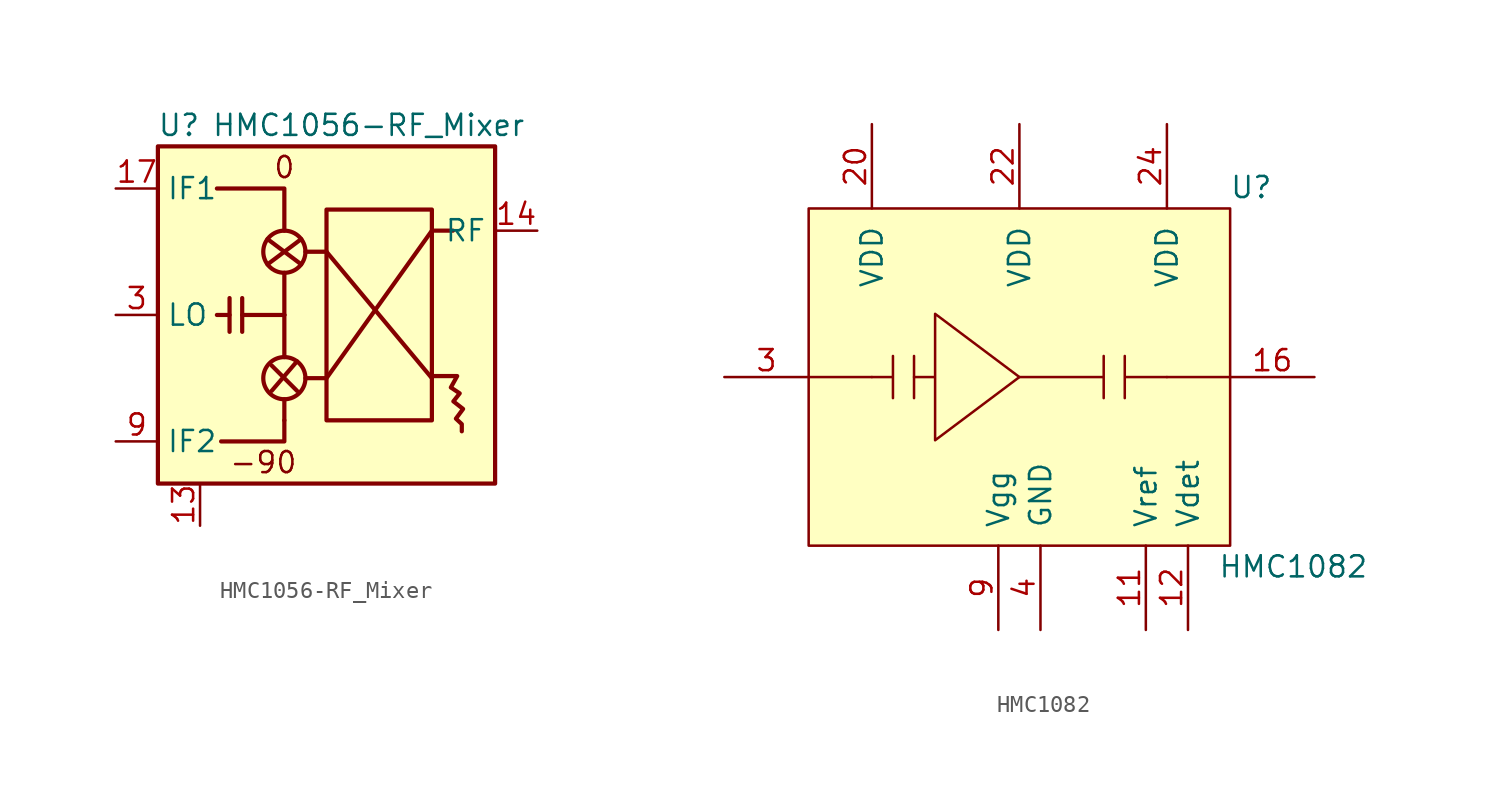
<source format=kicad_sym>
(kicad_symbol_lib
  (version 20211014)
  (generator kicad_symbol_editor)
  (symbol "HMC1056-RF_Mixer"
    (property "Reference" "U"
      (at -6.35 8.89 0)
      (effects (font (size 1.27 1.27))))
    (property "Value" "HMC1056-RF_Mixer"
      (at 5.08 8.89 0)
      (effects (font (size 1.27 1.27))))
    (symbol "HMC1056-RF_Mixer_0_0"
      (text "-90" (at -1.27 -11.43 0) (effects (font (size 1.27 1.27))))
      (text "0" (at 0 6.35 0) (effects (font (size 1.27 1.27)))))
    (symbol "HMC1056-RF_Mixer_0_1"
      (rectangle (start -7.62 7.62) (end 12.7 -12.7) (stroke (width 0.254) (type default) (color 0 0 0 0)) (fill (type background)))
      (circle (center 0 -6.35) (radius 1.27) (stroke (width 0.254) (type default) (color 0 0 0 0)) (fill (type none)))
      (polyline (pts (xy -3.302 -2.54) (xy -4.064 -2.54)) (stroke (width 0.254) (type default) (color 0 0 0 0)) (fill (type none)))
      (polyline (pts (xy -3.302 -1.524) (xy -3.302 -3.556)) (stroke (width 0.254) (type default) (color 0 0 0 0)) (fill (type none)))
      (polyline (pts (xy -2.54 -1.524) (xy -2.54 -3.556)) (stroke (width 0.254) (type default) (color 0 0 0 0)) (fill (type none)))
      (polyline (pts (xy -1.016 0.508) (xy 1.016 2.032)) (stroke (width 0.254) (type default) (color 0 0 0 0)) (fill (type none)))
      (polyline (pts (xy -1.016 2.032) (xy 1.016 0.508)) (stroke (width 0.254) (type default) (color 0 0 0 0)) (fill (type none)))
      (polyline (pts (xy -0.762 -7.112) (xy 0.762 -5.334)) (stroke (width 0.254) (type default) (color 0 0 0 0)) (fill (type none)))
      (polyline (pts (xy -0.762 -5.588) (xy 0.762 -7.112)) (stroke (width 0.254) (type default) (color 0 0 0 0)) (fill (type none)))
      (polyline (pts (xy 0 -8.89) (xy 0 -7.62)) (stroke (width 0.254) (type default) (color 0 0 0 0)) (fill (type none)))
      (polyline (pts (xy 0 -2.54) (xy -2.54 -2.54)) (stroke (width 0.254) (type default) (color 0 0 0 0)) (fill (type none)))
      (polyline (pts (xy 0 -2.54) (xy 0 -5.08)) (stroke (width 0.254) (type default) (color 0 0 0 0)) (fill (type none)))
      (polyline (pts (xy 0 0) (xy 0 -2.54)) (stroke (width 0.254) (type default) (color 0 0 0 0)) (fill (type none)))
      (polyline (pts (xy 1.27 1.27) (xy 2.54 1.27)) (stroke (width 0.254) (type default) (color 0 0 0 0)) (fill (type none)))
      (polyline (pts (xy 2.54 1.27) (xy 8.89 -6.35)) (stroke (width 0.254) (type default) (color 0 0 0 0)) (fill (type none)))
      (polyline (pts (xy 0 -8.89) (xy 0 -10.16) (xy -3.81 -10.16)) (stroke (width 0.254) (type default) (color 0 0 0 0)) (fill (type none)))
      (polyline (pts (xy 0 2.54) (xy 0 5.08) (xy -4.064 5.08)) (stroke (width 0.254) (type default) (color 0 0 0 0)) (fill (type none)))
      (polyline (pts (xy 1.27 -6.35) (xy 2.54 -6.35) (xy 8.89 2.54) (xy 10.16 2.54)) (stroke (width 0.254) (type default) (color 0 0 0 0)) (fill (type none)))
      (polyline (pts (xy 8.941 -6.223) (xy 10.414 -6.223) (xy 10.033 -6.909) (xy 10.566 -7.264) (xy 10.185 -7.747) (xy 10.77 -8.204) (xy 10.338 -8.788) (xy 10.693 -9.119) (xy 10.693 -9.55)) (stroke (width 0.254) (type default) (color 0 0 0 0)) (fill (type none)))
      (circle (center 0 1.27) (radius 1.27) (stroke (width 0.254) (type default) (color 0 0 0 0)) (fill (type none)))
      (rectangle (start 2.54 3.81) (end 8.89 -8.89) (stroke (width 0.254) (type default) (color 0 0 0 0)) (fill (type none))))
    (symbol "HMC1056-RF_Mixer_1_1"
      (pin no_connect line (at 1.905 -12.7 90) (length 2.54) hide (name "~" (effects (font (size 1.27 1.27)))) (number "1" (effects (font (size 1.27 1.27)))))
      (pin no_connect line (at 5.08 -12.7 90) (length 2.54) hide (name "~" (effects (font (size 1.27 1.27)))) (number "10" (effects (font (size 1.27 1.27)))))
      (pin no_connect line (at 5.715 -12.7 90) (length 2.54) hide (name "~" (effects (font (size 1.27 1.27)))) (number "11" (effects (font (size 1.27 1.27)))))
      (pin no_connect line (at 6.35 -12.7 90) (length 2.54) hide (name "~" (effects (font (size 1.27 1.27)))) (number "12" (effects (font (size 1.27 1.27)))))
      (pin power_in line (at -5.08 -15.24 90) (length 2.54) (name "~" (effects (font (size 1.27 1.27)))) (number "13" (effects (font (size 1.27 1.27)))))
      (pin passive line (at 15.24 2.54 180) (length 2.54) (name "RF" (effects (font (size 1.27 1.27)))) (number "14" (effects (font (size 1.27 1.27)))))
      (pin passive line (at -5.08 -15.24 90) (length 2.54) hide (name "GND" (effects (font (size 1.27 1.27)))) (number "15" (effects (font (size 1.27 1.27)))))
      (pin no_connect line (at 6.985 -12.7 90) (length 2.54) hide (name "~" (effects (font (size 1.27 1.27)))) (number "16" (effects (font (size 1.27 1.27)))))
      (pin passive line (at -10.16 5.08 0) (length 2.54) (name "IF1" (effects (font (size 1.27 1.27)))) (number "17" (effects (font (size 1.27 1.27)))))
      (pin no_connect line (at 7.62 -12.7 90) (length 2.54) hide (name "~" (effects (font (size 1.27 1.27)))) (number "18" (effects (font (size 1.27 1.27)))))
      (pin no_connect line (at 8.255 -12.7 90) (length 2.54) hide (name "~" (effects (font (size 1.27 1.27)))) (number "19" (effects (font (size 1.27 1.27)))))
      (pin passive line (at -5.08 -15.24 90) (length 2.54) hide (name "GND" (effects (font (size 1.27 1.27)))) (number "2" (effects (font (size 1.27 1.27)))))
      (pin no_connect line (at 8.89 -12.7 90) (length 2.54) hide (name "~" (effects (font (size 1.27 1.27)))) (number "20" (effects (font (size 1.27 1.27)))))
      (pin passive line (at -5.08 -15.24 90) (length 2.54) hide (name "GND" (effects (font (size 1.27 1.27)))) (number "21" (effects (font (size 1.27 1.27)))))
      (pin passive line (at -10.16 -2.54 0) (length 2.54) (name "LO" (effects (font (size 1.27 1.27)))) (number "3" (effects (font (size 1.27 1.27)))))
      (pin passive line (at -5.08 -15.24 90) (length 2.54) hide (name "GND" (effects (font (size 1.27 1.27)))) (number "4" (effects (font (size 1.27 1.27)))))
      (pin no_connect line (at 2.54 -12.7 90) (length 2.54) hide (name "~" (effects (font (size 1.27 1.27)))) (number "5" (effects (font (size 1.27 1.27)))))
      (pin no_connect line (at 3.175 -12.7 90) (length 2.54) hide (name "~" (effects (font (size 1.27 1.27)))) (number "6" (effects (font (size 1.27 1.27)))))
      (pin no_connect line (at 3.81 -12.7 90) (length 2.54) hide (name "~" (effects (font (size 1.27 1.27)))) (number "7" (effects (font (size 1.27 1.27)))))
      (pin no_connect line (at 4.445 -12.7 90) (length 2.54) hide (name "~" (effects (font (size 1.27 1.27)))) (number "8" (effects (font (size 1.27 1.27)))))
      (pin passive line (at -10.16 -10.16 0) (length 2.54) (name "IF2" (effects (font (size 1.27 1.27)))) (number "9" (effects (font (size 1.27 1.27)))))))
  (symbol "HMC1082"
    (pin_names
      (offset 1.016))
    (property "Reference" "U"
      (at 13.97 11.43 0)
      (effects (font (size 1.27 1.27))))
    (property "Value" "HMC1082"
      (at 16.51 -11.43 0)
      (effects (font (size 1.27 1.27))))
    (symbol "HMC1082_0_1"
      (rectangle (start -12.7 10.16) (end 12.7 -10.16) (stroke (width 0) (type default) (color 0 0 0 0)) (fill (type background)))
      (polyline (pts (xy -8.89 0) (xy -12.7 0)) (stroke (width 0) (type default) (color 0 0 0 0)) (fill (type none)))
      (polyline (pts (xy -6.35 1.27) (xy -6.35 -1.27)) (stroke (width 0) (type default) (color 0 0 0 0)) (fill (type none)))
      (polyline (pts (xy 8.89 0) (xy 12.7 0)) (stroke (width 0) (type default) (color 0 0 0 0)) (fill (type none)))
      (polyline (pts (xy -8.89 0) (xy -7.62 0) (xy -7.62 1.27) (xy -7.62 -1.27)) (stroke (width 0) (type default) (color 0 0 0 0)) (fill (type none)))
      (polyline (pts (xy 0 0) (xy 5.08 0) (xy 5.08 1.27) (xy 5.08 -1.27)) (stroke (width 0) (type default) (color 0 0 0 0)) (fill (type none)))
      (polyline (pts (xy 6.35 1.27) (xy 6.35 -1.27) (xy 6.35 0) (xy 8.89 0)) (stroke (width 0) (type default) (color 0 0 0 0)) (fill (type none)))
      (polyline (pts (xy -6.35 0) (xy -5.08 0) (xy -5.08 3.81) (xy 0 0) (xy -5.08 -3.81) (xy -5.08 0)) (stroke (width 0) (type default) (color 0 0 0 0)) (fill (type none))))
    (symbol "HMC1082_1_1"
      (pin power_in line (at 1.27 -15.24 90) (length 5.08) hide (name "~" (effects (font (size 1.27 1.27)))) (number "1" (effects (font (size 1.27 1.27)))))
      (pin power_in line (at 1.27 -15.24 90) (length 5.08) hide (name "~" (effects (font (size 1.27 1.27)))) (number "10" (effects (font (size 1.27 1.27)))))
      (pin input line (at 7.62 -15.24 90) (length 5.08) (name "Vref" (effects (font (size 1.27 1.27)))) (number "11" (effects (font (size 1.27 1.27)))))
      (pin input line (at 10.16 -15.24 90) (length 5.08) (name "Vdet" (effects (font (size 1.27 1.27)))) (number "12" (effects (font (size 1.27 1.27)))))
      (pin power_in line (at 1.27 -15.24 90) (length 5.08) hide (name "~" (effects (font (size 1.27 1.27)))) (number "13" (effects (font (size 1.27 1.27)))))
      (pin power_in line (at 1.27 -15.24 90) (length 5.08) hide (name "~" (effects (font (size 1.27 1.27)))) (number "14" (effects (font (size 1.27 1.27)))))
      (pin power_in line (at 1.27 -15.24 90) (length 5.08) hide (name "~" (effects (font (size 1.27 1.27)))) (number "15" (effects (font (size 1.27 1.27)))))
      (pin input line (at 17.78 0 180) (length 5.08) (name "~" (effects (font (size 1.27 1.27)))) (number "16" (effects (font (size 1.27 1.27)))))
      (pin power_in line (at 1.27 -15.24 90) (length 5.08) hide (name "~" (effects (font (size 1.27 1.27)))) (number "17" (effects (font (size 1.27 1.27)))))
      (pin power_in line (at 1.27 -15.24 90) (length 5.08) hide (name "~" (effects (font (size 1.27 1.27)))) (number "18" (effects (font (size 1.27 1.27)))))
      (pin power_in line (at 1.27 -15.24 90) (length 5.08) hide (name "~" (effects (font (size 1.27 1.27)))) (number "19" (effects (font (size 1.27 1.27)))))
      (pin power_in line (at 1.27 -15.24 90) (length 5.08) hide (name "~" (effects (font (size 1.27 1.27)))) (number "2" (effects (font (size 1.27 1.27)))))
      (pin input line (at -8.89 15.24 270) (length 5.08) (name "VDD" (effects (font (size 1.27 1.27)))) (number "20" (effects (font (size 1.27 1.27)))))
      (pin power_in line (at 1.27 -15.24 90) (length 5.08) hide (name "~" (effects (font (size 1.27 1.27)))) (number "21" (effects (font (size 1.27 1.27)))))
      (pin input line (at 0 15.24 270) (length 5.08) (name "VDD" (effects (font (size 1.27 1.27)))) (number "22" (effects (font (size 1.27 1.27)))))
      (pin power_in line (at 1.27 -15.24 90) (length 5.08) hide (name "~" (effects (font (size 1.27 1.27)))) (number "23" (effects (font (size 1.27 1.27)))))
      (pin input line (at 8.89 15.24 270) (length 5.08) (name "VDD" (effects (font (size 1.27 1.27)))) (number "24" (effects (font (size 1.27 1.27)))))
      (pin power_in line (at 1.27 -15.24 90) (length 2.007) hide (name "~" (effects (font (size 1.27 1.27)))) (number "25" (effects (font (size 1.27 1.27)))))
      (pin input line (at -17.78 0 0) (length 5.08) (name "~" (effects (font (size 1.27 1.27)))) (number "3" (effects (font (size 1.27 1.27)))))
      (pin power_in line (at 1.27 -15.24 90) (length 5.08) (name "GND" (effects (font (size 1.27 1.27)))) (number "4" (effects (font (size 1.27 1.27)))))
      (pin power_in line (at 1.27 -15.24 90) (length 5.08) hide (name "~" (effects (font (size 1.27 1.27)))) (number "5" (effects (font (size 1.27 1.27)))))
      (pin power_in line (at 1.27 -15.24 90) (length 5.08) hide (name "~" (effects (font (size 1.27 1.27)))) (number "6" (effects (font (size 1.27 1.27)))))
      (pin power_in line (at 1.27 -15.24 90) (length 5.08) hide (name "~" (effects (font (size 1.27 1.27)))) (number "7" (effects (font (size 1.27 1.27)))))
      (pin power_in line (at 1.27 -15.24 90) (length 5.08) hide (name "~" (effects (font (size 1.27 1.27)))) (number "8" (effects (font (size 1.27 1.27)))))
      (pin input line (at -1.27 -15.24 90) (length 5.08) (name "Vgg" (effects (font (size 1.27 1.27)))) (number "9" (effects (font (size 1.27 1.27))))))))
</source>
